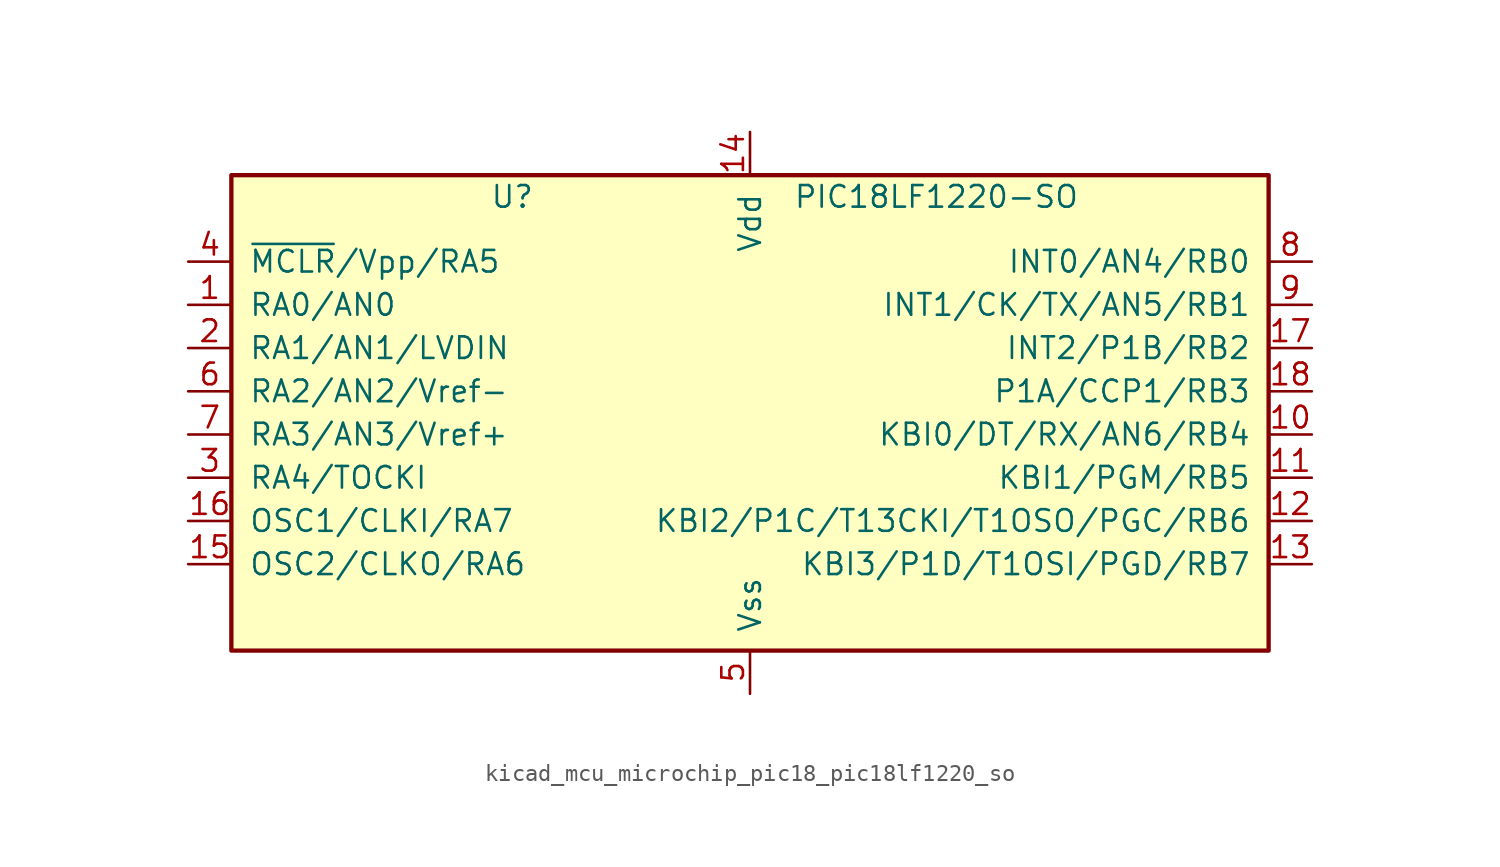
<source format=kicad_sym>
(kicad_symbol_lib
  (version 20220914)
  (generator kicad_symbol_editor)
  (symbol "kicad_mcu_microchip_pic18_pic18lf1220_so"
    (pin_names
      (offset 1.016))
    (property "Reference" "U"
      (at -13.97 13.97 0)
      (effects (font (size 1.27 1.27))))
    (property "Value" "PIC18LF1220-SO"
      (at 2.54 13.97 0)
      (effects (font (size 1.27 1.27)) (justify left)))
    (symbol "kicad_mcu_microchip_pic18_pic18lf1220_so_0_1"
      (rectangle (start -30.48 15.24) (end 30.48 -12.7) (stroke (width 0.254) (type default)) (fill (type background))))
    (symbol "kicad_mcu_microchip_pic18_pic18lf1220_so_1_1"
      (pin input line (at -33.02 7.62 0) (length 2.54) (name "RA0/AN0" (effects (font (size 1.27 1.27)))) (number "1" (effects (font (size 1.27 1.27)))))
      (pin input line (at 33.02 0 180) (length 2.54) (name "KBI0/DT/RX/AN6/RB4" (effects (font (size 1.27 1.27)))) (number "10" (effects (font (size 1.27 1.27)))))
      (pin input line (at 33.02 -2.54 180) (length 2.54) (name "KBI1/PGM/RB5" (effects (font (size 1.27 1.27)))) (number "11" (effects (font (size 1.27 1.27)))))
      (pin input line (at 33.02 -5.08 180) (length 2.54) (name "KBI2/P1C/T13CKI/T1OSO/PGC/RB6" (effects (font (size 1.27 1.27)))) (number "12" (effects (font (size 1.27 1.27)))))
      (pin input line (at 33.02 -7.62 180) (length 2.54) (name "KBI3/P1D/T1OSI/PGD/RB7" (effects (font (size 1.27 1.27)))) (number "13" (effects (font (size 1.27 1.27)))))
      (pin power_in line (at 0 17.78 270) (length 2.54) (name "Vdd" (effects (font (size 1.27 1.27)))) (number "14" (effects (font (size 1.27 1.27)))))
      (pin input line (at -33.02 -7.62 0) (length 2.54) (name "OSC2/CLKO/RA6" (effects (font (size 1.27 1.27)))) (number "15" (effects (font (size 1.27 1.27)))))
      (pin input line (at -33.02 -5.08 0) (length 2.54) (name "OSC1/CLKI/RA7" (effects (font (size 1.27 1.27)))) (number "16" (effects (font (size 1.27 1.27)))))
      (pin input line (at 33.02 5.08 180) (length 2.54) (name "INT2/P1B/RB2" (effects (font (size 1.27 1.27)))) (number "17" (effects (font (size 1.27 1.27)))))
      (pin input line (at 33.02 2.54 180) (length 2.54) (name "P1A/CCP1/RB3" (effects (font (size 1.27 1.27)))) (number "18" (effects (font (size 1.27 1.27)))))
      (pin input line (at -33.02 5.08 0) (length 2.54) (name "RA1/AN1/LVDIN" (effects (font (size 1.27 1.27)))) (number "2" (effects (font (size 1.27 1.27)))))
      (pin input line (at -33.02 -2.54 0) (length 2.54) (name "RA4/TOCKI" (effects (font (size 1.27 1.27)))) (number "3" (effects (font (size 1.27 1.27)))))
      (pin input line (at -33.02 10.16 0) (length 2.54) (name "~{MCLR}/Vpp/RA5" (effects (font (size 1.27 1.27)))) (number "4" (effects (font (size 1.27 1.27)))))
      (pin power_in line (at 0 -15.24 90) (length 2.54) (name "Vss" (effects (font (size 1.27 1.27)))) (number "5" (effects (font (size 1.27 1.27)))))
      (pin input line (at -33.02 2.54 0) (length 2.54) (name "RA2/AN2/Vref-" (effects (font (size 1.27 1.27)))) (number "6" (effects (font (size 1.27 1.27)))))
      (pin input line (at -33.02 0 0) (length 2.54) (name "RA3/AN3/Vref+" (effects (font (size 1.27 1.27)))) (number "7" (effects (font (size 1.27 1.27)))))
      (pin input line (at 33.02 10.16 180) (length 2.54) (name "INT0/AN4/RB0" (effects (font (size 1.27 1.27)))) (number "8" (effects (font (size 1.27 1.27)))))
      (pin input line (at 33.02 7.62 180) (length 2.54) (name "INT1/CK/TX/AN5/RB1" (effects (font (size 1.27 1.27)))) (number "9" (effects (font (size 1.27 1.27))))))))
</source>
